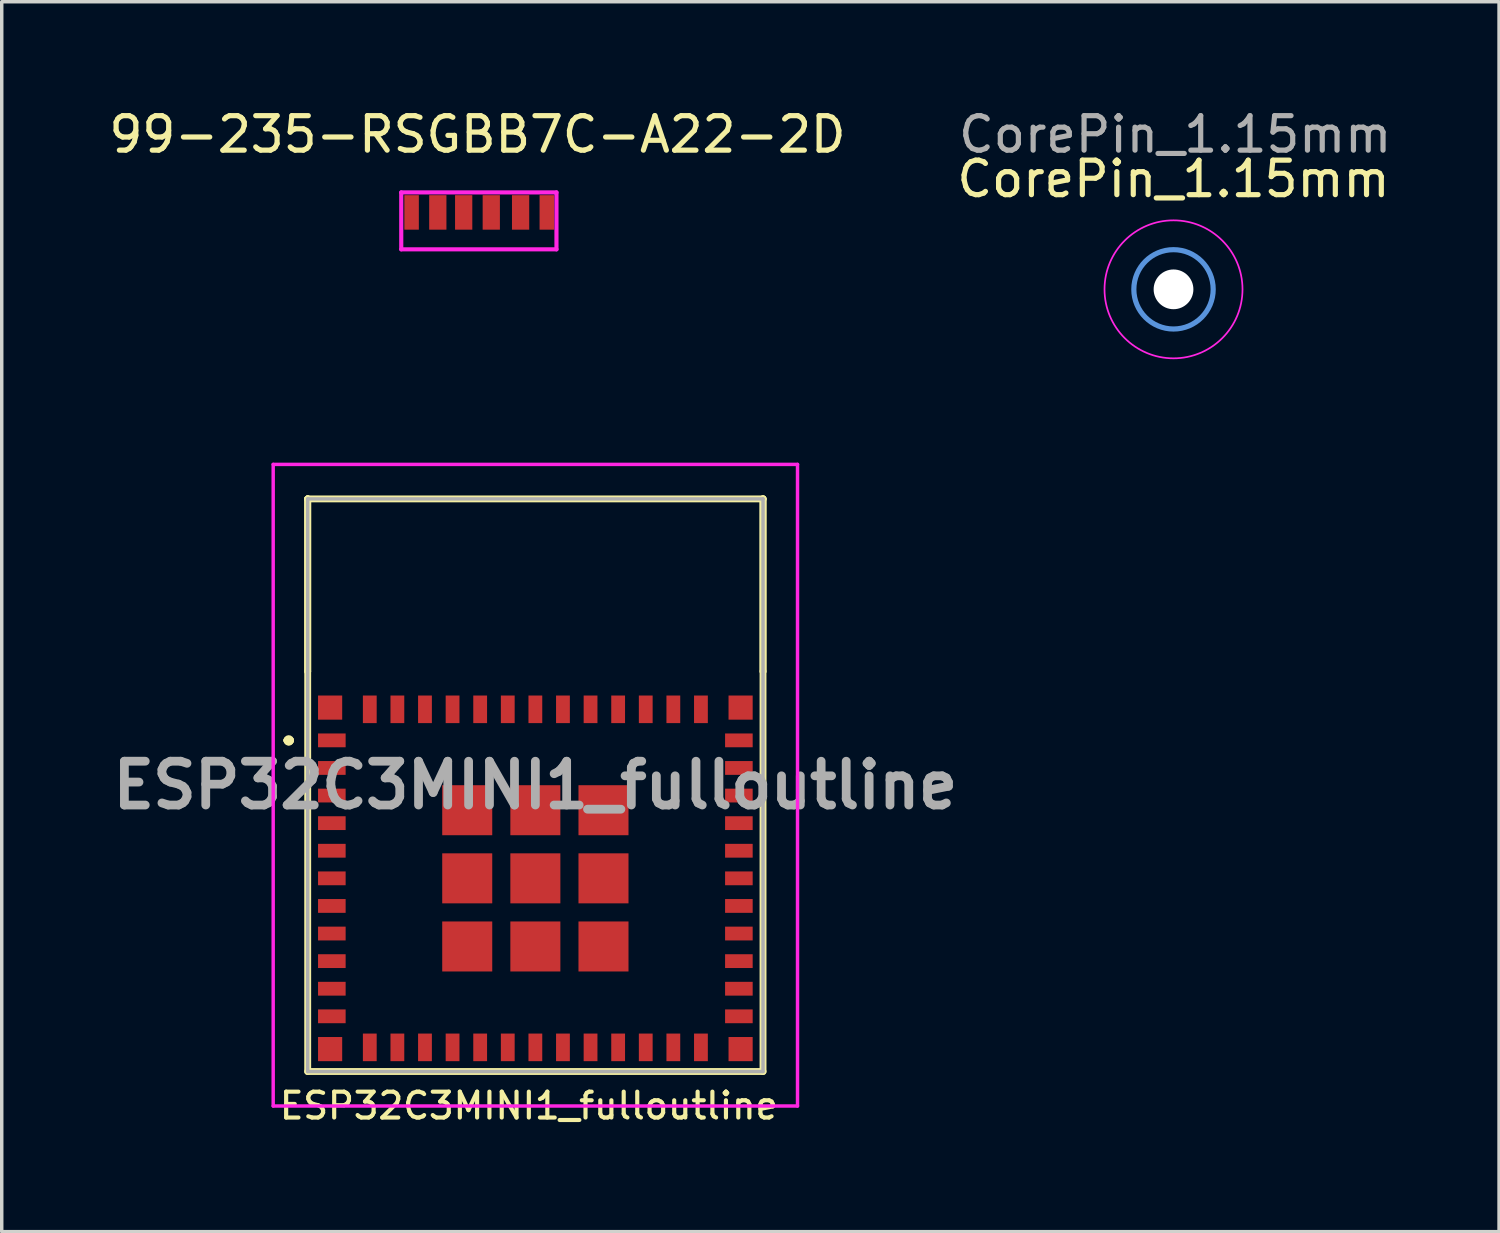
<source format=kicad_pcb>
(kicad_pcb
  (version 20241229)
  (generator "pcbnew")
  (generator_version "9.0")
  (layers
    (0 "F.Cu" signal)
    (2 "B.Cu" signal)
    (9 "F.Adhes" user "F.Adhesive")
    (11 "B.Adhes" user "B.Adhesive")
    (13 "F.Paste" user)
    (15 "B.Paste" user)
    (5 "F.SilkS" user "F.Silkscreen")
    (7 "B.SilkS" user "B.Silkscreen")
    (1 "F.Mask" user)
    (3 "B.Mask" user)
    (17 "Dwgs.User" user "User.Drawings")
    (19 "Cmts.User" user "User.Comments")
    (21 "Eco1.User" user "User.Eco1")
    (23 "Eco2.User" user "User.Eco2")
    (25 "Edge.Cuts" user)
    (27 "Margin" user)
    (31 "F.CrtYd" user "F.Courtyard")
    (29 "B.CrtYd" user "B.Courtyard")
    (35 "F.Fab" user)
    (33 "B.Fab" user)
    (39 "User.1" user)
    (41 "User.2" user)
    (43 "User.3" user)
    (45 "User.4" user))
  (footprint "99-235-RSGBB7C-A22-2D"
    (layer "F.Cu")
    (at 10.842 2.608)
    (property "Reference" "99-235-RSGBB7C-A22-2D" (at -0.05 -1.76 0) (layer "F.SilkS") (effects (font (size 1 1) (thickness 0.15))))
    (attr through_hole)
    (fp_line (start -2.26 -0.08) (end -2.26 1.57) (stroke (width 0.12) (type solid)) (layer "F.CrtYd"))
    (fp_line (start -2.26 -0.08) (end 2.24 -0.08) (stroke (width 0.12) (type solid)) (layer "F.CrtYd"))
    (fp_line (start -2.26 1.57) (end 2.24 1.57) (stroke (width 0.12) (type solid)) (layer "F.CrtYd"))
    (fp_line (start 2.24 -0.08) (end 2.24 1.57) (stroke (width 0.12) (type solid)) (layer "F.CrtYd"))
    (pad "1" smd rect (at -1.96 0.5) (size 0.42 1) (layers "F.Cu" "F.Mask" "F.Paste"))
    (pad "2" smd rect (at -1.2 0.5) (size 0.5 1) (layers "F.Cu" "F.Mask" "F.Paste"))
    (pad "3" smd rect (at -0.45 0.5) (size 0.5 1) (layers "F.Cu" "F.Mask" "F.Paste"))
    (pad "4" smd rect (at 0.35 0.5) (size 0.5 1) (layers "F.Cu" "F.Mask" "F.Paste"))
    (pad "5" smd rect (at 1.2 0.5) (size 0.5 1) (layers "F.Cu" "F.Mask" "F.Paste"))
    (pad "6" smd rect (at 1.96 0.5) (size 0.42 1) (layers "F.Cu" "F.Mask" "F.Paste")))
  (footprint "ESP32C3MINI1_fulloutline"
    (layer "F.Cu")
    (at 12.47 19.713)
    (property "Reference" "ESP32C3MINI1_fulloutline" (at -0.189 9.293 0) (layer "F.SilkS") (effects (font (size 0.75 0.75) (thickness 0.12))))
    (attr smd)
    (fp_line (start -7.2 -1.3) (end -7.2 -1.3) (stroke (width 0.2) (type solid)) (layer "F.SilkS"))
    (fp_line (start -7.2 -1.3) (end -7.2 -1.3) (stroke (width 0.2) (type solid)) (layer "F.SilkS"))
    (fp_line (start -7.1 -1.3) (end -7.1 -1.3) (stroke (width 0.2) (type solid)) (layer "F.SilkS"))
    (fp_line (start -6.6 -8.3) (end -6.6 -8.3) (stroke (width 0.2) (type solid)) (layer "F.SilkS"))
    (fp_line (start -6.6 -8.3) (end -6.6 -8.3) (stroke (width 0.2) (type solid)) (layer "F.SilkS"))
    (fp_line (start -6.6 -8.3) (end -6.6 8.3) (stroke (width 0.2) (type solid)) (layer "F.SilkS"))
    (fp_line (start -6.6 -3.3) (end -6.6 -8.3) (stroke (width 0.2) (type solid)) (layer "F.SilkS"))
    (fp_line (start -6.6 -3.3) (end -6.6 -3.3) (stroke (width 0.2) (type solid)) (layer "F.SilkS"))
    (fp_line (start -6.6 8.3) (end 6.6 8.3) (stroke (width 0.2) (type solid)) (layer "F.SilkS"))
    (fp_line (start 6.6 -8.3) (end -6.6 -8.3) (stroke (width 0.2) (type solid)) (layer "F.SilkS"))
    (fp_line (start 6.6 -8.3) (end 6.6 -8.3) (stroke (width 0.2) (type solid)) (layer "F.SilkS"))
    (fp_line (start 6.6 -8.3) (end 6.6 -8.3) (stroke (width 0.2) (type solid)) (layer "F.SilkS"))
    (fp_line (start 6.6 -8.3) (end 6.6 -3.3) (stroke (width 0.2) (type solid)) (layer "F.SilkS"))
    (fp_line (start 6.6 -3.3) (end 6.6 -3.3) (stroke (width 0.2) (type solid)) (layer "F.SilkS"))
    (fp_line (start 6.6 8.3) (end 6.6 -8.3) (stroke (width 0.2) (type solid)) (layer "F.SilkS"))
    (fp_arc (start -7.2 -1.3) (mid -7.15 -1.35) (end -7.1 -1.3) (stroke (width 0.2) (type solid)) (layer "F.SilkS"))
    (fp_arc (start -7.1 -1.3) (mid -7.15 -1.25) (end -7.2 -1.3) (stroke (width 0.2) (type solid)) (layer "F.SilkS"))
    (fp_arc (start -7.1 -1.3) (mid -7.15 -1.25) (end -7.2 -1.3) (stroke (width 0.2) (type solid)) (layer "F.SilkS"))
    (fp_line (start -7.6 -9.3) (end 7.6 -9.3) (stroke (width 0.1) (type solid)) (layer "F.CrtYd"))
    (fp_line (start -7.6 9.3) (end -7.6 -9.3) (stroke (width 0.1) (type solid)) (layer "F.CrtYd"))
    (fp_line (start 7.6 -9.3) (end 7.6 9.3) (stroke (width 0.1) (type solid)) (layer "F.CrtYd"))
    (fp_line (start 7.6 9.3) (end -7.6 9.3) (stroke (width 0.1) (type solid)) (layer "F.CrtYd"))
    (fp_line (start -6.6 -8.3) (end -6.6 8.3) (stroke (width 0.1) (type solid)) (layer "F.Fab"))
    (fp_line (start -6.6 8.3) (end 6.6 8.3) (stroke (width 0.1) (type solid)) (layer "F.Fab"))
    (fp_line (start 6.6 -8.3) (end -6.6 -8.3) (stroke (width 0.1) (type solid)) (layer "F.Fab"))
    (fp_line (start 6.6 8.3) (end 6.6 -8.3) (stroke (width 0.1) (type solid)) (layer "F.Fab"))
    (fp_text user "${REFERENCE}" (at 0 0 0) (layer "F.Fab") (effects (font (size 1.27 1.27) (thickness 0.254))))
    (pad "1" smd rect (at -5.9 -1.3 90) (size 0.4 0.8) (layers "F.Cu" "F.Mask" "F.Paste"))
    (pad "2" smd rect (at -5.9 -0.5 90) (size 0.4 0.8) (layers "F.Cu" "F.Mask" "F.Paste"))
    (pad "3" smd rect (at -5.9 0.3 90) (size 0.4 0.8) (layers "F.Cu" "F.Mask" "F.Paste"))
    (pad "4" smd rect (at -5.9 1.1 90) (size 0.4 0.8) (layers "F.Cu" "F.Mask" "F.Paste"))
    (pad "5" smd rect (at -5.9 1.9 90) (size 0.4 0.8) (layers "F.Cu" "F.Mask" "F.Paste"))
    (pad "6" smd rect (at -5.9 2.7 90) (size 0.4 0.8) (layers "F.Cu" "F.Mask" "F.Paste"))
    (pad "7" smd rect (at -5.9 3.5 90) (size 0.4 0.8) (layers "F.Cu" "F.Mask" "F.Paste"))
    (pad "8" smd rect (at -5.9 4.3 90) (size 0.4 0.8) (layers "F.Cu" "F.Mask" "F.Paste"))
    (pad "9" smd rect (at -5.9 5.1 90) (size 0.4 0.8) (layers "F.Cu" "F.Mask" "F.Paste"))
    (pad "10" smd rect (at -5.9 5.9 90) (size 0.4 0.8) (layers "F.Cu" "F.Mask" "F.Paste"))
    (pad "11" smd rect (at -5.9 6.7 90) (size 0.4 0.8) (layers "F.Cu" "F.Mask" "F.Paste"))
    (pad "12" smd rect (at -4.8 7.6) (size 0.4 0.8) (layers "F.Cu" "F.Mask" "F.Paste"))
    (pad "13" smd rect (at -4 7.6) (size 0.4 0.8) (layers "F.Cu" "F.Mask" "F.Paste"))
    (pad "14" smd rect (at -3.2 7.6) (size 0.4 0.8) (layers "F.Cu" "F.Mask" "F.Paste"))
    (pad "15" smd rect (at -2.4 7.6) (size 0.4 0.8) (layers "F.Cu" "F.Mask" "F.Paste"))
    (pad "16" smd rect (at -1.6 7.6) (size 0.4 0.8) (layers "F.Cu" "F.Mask" "F.Paste"))
    (pad "17" smd rect (at -0.8 7.6) (size 0.4 0.8) (layers "F.Cu" "F.Mask" "F.Paste"))
    (pad "18" smd rect (at 0 7.6) (size 0.4 0.8) (layers "F.Cu" "F.Mask" "F.Paste"))
    (pad "19" smd rect (at 0.8 7.6) (size 0.4 0.8) (layers "F.Cu" "F.Mask" "F.Paste"))
    (pad "20" smd rect (at 1.6 7.6) (size 0.4 0.8) (layers "F.Cu" "F.Mask" "F.Paste"))
    (pad "21" smd rect (at 2.4 7.6) (size 0.4 0.8) (layers "F.Cu" "F.Mask" "F.Paste"))
    (pad "22" smd rect (at 3.2 7.6) (size 0.4 0.8) (layers "F.Cu" "F.Mask" "F.Paste"))
    (pad "23" smd rect (at 4 7.6) (size 0.4 0.8) (layers "F.Cu" "F.Mask" "F.Paste"))
    (pad "24" smd rect (at 4.8 7.6) (size 0.4 0.8) (layers "F.Cu" "F.Mask" "F.Paste"))
    (pad "25" smd rect (at 5.9 6.7 90) (size 0.4 0.8) (layers "F.Cu" "F.Mask" "F.Paste"))
    (pad "26" smd rect (at 5.9 5.9 90) (size 0.4 0.8) (layers "F.Cu" "F.Mask" "F.Paste"))
    (pad "27" smd rect (at 5.9 5.1 90) (size 0.4 0.8) (layers "F.Cu" "F.Mask" "F.Paste"))
    (pad "28" smd rect (at 5.9 4.3 90) (size 0.4 0.8) (layers "F.Cu" "F.Mask" "F.Paste"))
    (pad "29" smd rect (at 5.9 3.5 90) (size 0.4 0.8) (layers "F.Cu" "F.Mask" "F.Paste"))
    (pad "30" smd rect (at 5.9 2.7 90) (size 0.4 0.8) (layers "F.Cu" "F.Mask" "F.Paste"))
    (pad "31" smd rect (at 5.9 1.9 90) (size 0.4 0.8) (layers "F.Cu" "F.Mask" "F.Paste"))
    (pad "32" smd rect (at 5.9 1.1 90) (size 0.4 0.8) (layers "F.Cu" "F.Mask" "F.Paste"))
    (pad "33" smd rect (at 5.9 0.3 90) (size 0.4 0.8) (layers "F.Cu" "F.Mask" "F.Paste"))
    (pad "34" smd rect (at 5.9 -0.5 90) (size 0.4 0.8) (layers "F.Cu" "F.Mask" "F.Paste"))
    (pad "35" smd rect (at 5.9 -1.3 90) (size 0.4 0.8) (layers "F.Cu" "F.Mask" "F.Paste"))
    (pad "36" smd rect (at 4.8 -2.2) (size 0.4 0.8) (layers "F.Cu" "F.Mask" "F.Paste"))
    (pad "37" smd rect (at 4 -2.2) (size 0.4 0.8) (layers "F.Cu" "F.Mask" "F.Paste"))
    (pad "38" smd rect (at 3.2 -2.2) (size 0.4 0.8) (layers "F.Cu" "F.Mask" "F.Paste"))
    (pad "39" smd rect (at 2.4 -2.2) (size 0.4 0.8) (layers "F.Cu" "F.Mask" "F.Paste"))
    (pad "40" smd rect (at 1.6 -2.2) (size 0.4 0.8) (layers "F.Cu" "F.Mask" "F.Paste"))
    (pad "41" smd rect (at 0.8 -2.2) (size 0.4 0.8) (layers "F.Cu" "F.Mask" "F.Paste"))
    (pad "42" smd rect (at 0 -2.2) (size 0.4 0.8) (layers "F.Cu" "F.Mask" "F.Paste"))
    (pad "43" smd rect (at -0.8 -2.2) (size 0.4 0.8) (layers "F.Cu" "F.Mask" "F.Paste"))
    (pad "44" smd rect (at -1.6 -2.2) (size 0.4 0.8) (layers "F.Cu" "F.Mask" "F.Paste"))
    (pad "45" smd rect (at -2.4 -2.2) (size 0.4 0.8) (layers "F.Cu" "F.Mask" "F.Paste"))
    (pad "46" smd rect (at -3.2 -2.2) (size 0.4 0.8) (layers "F.Cu" "F.Mask" "F.Paste"))
    (pad "47" smd rect (at -4 -2.2) (size 0.4 0.8) (layers "F.Cu" "F.Mask" "F.Paste"))
    (pad "48" smd rect (at -4.8 -2.2) (size 0.4 0.8) (layers "F.Cu" "F.Mask" "F.Paste"))
    (pad "49" smd rect (at 0 2.7) (size 1.45 1.45) (layers "F.Cu" "F.Mask" "F.Paste"))
    (pad "50" smd rect (at 5.95 -2.25 90) (size 0.7 0.7) (layers "F.Cu" "F.Mask" "F.Paste"))
    (pad "51" smd rect (at 5.95 7.65 90) (size 0.7 0.7) (layers "F.Cu" "F.Mask" "F.Paste"))
    (pad "52" smd rect (at -5.95 7.65 90) (size 0.7 0.7) (layers "F.Cu" "F.Mask" "F.Paste"))
    (pad "53" smd rect (at -5.95 -2.25 90) (size 0.7 0.7) (layers "F.Cu" "F.Mask" "F.Paste"))
    (pad "54" smd rect (at -1.975 0.725) (size 1.45 1.45) (layers "F.Cu" "F.Mask" "F.Paste"))
    (pad "55" smd rect (at -1.975 2.7) (size 1.45 1.45) (layers "F.Cu" "F.Mask" "F.Paste"))
    (pad "56" smd rect (at -1.975 4.675) (size 1.45 1.45) (layers "F.Cu" "F.Mask" "F.Paste"))
    (pad "57" smd rect (at 0 4.675) (size 1.45 1.45) (layers "F.Cu" "F.Mask" "F.Paste"))
    (pad "58" smd rect (at 1.975 4.675) (size 1.45 1.45) (layers "F.Cu" "F.Mask" "F.Paste"))
    (pad "59" smd rect (at 1.975 2.7) (size 1.45 1.45) (layers "F.Cu" "F.Mask" "F.Paste"))
    (pad "60" smd rect (at 1.975 0.725) (size 1.45 1.45) (layers "F.Cu" "F.Mask" "F.Paste"))
    (pad "61" smd rect (at 0 0.725) (size 1.45 1.45) (layers "F.Cu" "F.Mask" "F.Paste")))
  (footprint "CorePin_1.15mm"
    (layer "F.Cu")
    (at 30.97 5.338)
    (property "Reference" "CorePin_1.15mm" (at 0 -3.2 0) (layer "F.SilkS") (effects (font (size 1 1) (thickness 0.15))))
    (attr exclude_from_pos_files exclude_from_bom)
    (fp_circle (center 0 0) (end 1.15 0) (stroke (width 0.15) (type solid)) (fill no) (layer "Cmts.User"))
    (fp_circle (center 0 0) (end 2 0) (stroke (width 0.05) (type solid)) (fill no) (layer "F.CrtYd"))
    (fp_text user "${REFERENCE}" (at 0.05 -4.49 0) (layer "F.Fab") (effects (font (size 1 1) (thickness 0.15))))
    (pad "" np_thru_hole circle (at 0 0) (size 1.152 1.152) (drill 1.152) (layers "*.Cu" "*.Mask")))
  (gr_rect
    (start -3 -3)
    (end 40.407 32.656)
    (stroke (width 0.1) (type default))
    (fill no)
    (layer "Edge.Cuts")))
</source>
